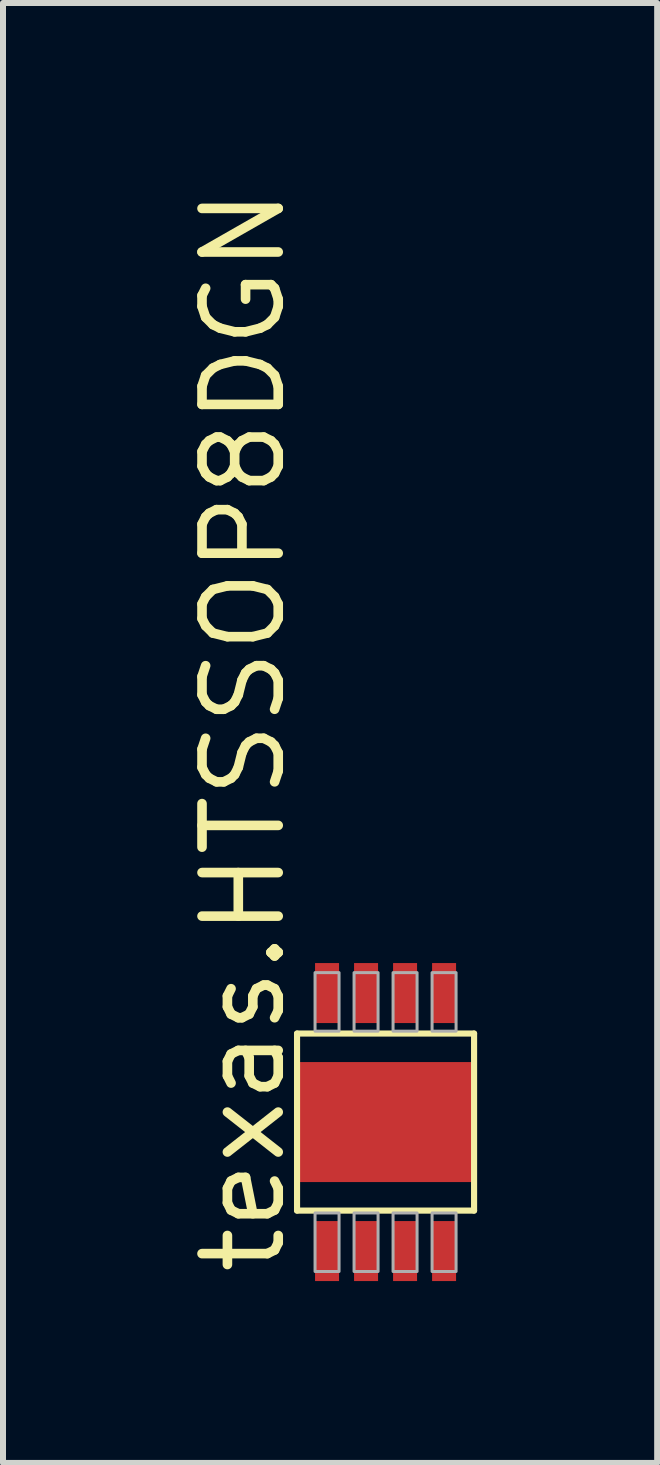
<source format=kicad_pcb>
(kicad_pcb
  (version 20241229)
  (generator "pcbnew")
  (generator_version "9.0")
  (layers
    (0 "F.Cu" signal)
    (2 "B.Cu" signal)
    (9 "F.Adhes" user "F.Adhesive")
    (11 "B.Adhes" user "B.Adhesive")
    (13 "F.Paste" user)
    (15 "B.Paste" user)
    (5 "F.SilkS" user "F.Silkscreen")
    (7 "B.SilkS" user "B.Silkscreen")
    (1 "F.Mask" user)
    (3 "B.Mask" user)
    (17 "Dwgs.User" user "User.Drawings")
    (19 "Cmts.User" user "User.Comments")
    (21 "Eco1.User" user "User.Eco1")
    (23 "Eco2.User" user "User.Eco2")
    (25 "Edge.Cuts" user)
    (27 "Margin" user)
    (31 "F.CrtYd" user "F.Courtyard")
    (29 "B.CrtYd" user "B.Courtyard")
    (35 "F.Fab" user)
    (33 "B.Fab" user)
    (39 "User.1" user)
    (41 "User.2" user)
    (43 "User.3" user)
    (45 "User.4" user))
  (footprint "texas.HTSSOP8DGN"
    (layer "F.Cu")
    (at 3.375 15.648)
    (property "Reference" "texas.HTSSOP8DGN" (at -1.625 2.6 90) (layer "F.SilkS") (effects (font (size 1.27 1.27) (thickness 0.16)) (justify left bottom)))
    (attr smd)
    (fp_rect (start -1.5 1) (end 1.5 -1) (stroke (width 0.05) (type default)) (fill yes) (layer "F.Mask"))
    (fp_rect (start -1.18 -1.645) (end -0.77 -2.655) (stroke (width 0.05) (type default)) (fill yes) (layer "F.Mask"))
    (fp_rect (start -1.18 2.655) (end -0.77 1.645) (stroke (width 0.05) (type default)) (fill yes) (layer "F.Mask"))
    (fp_rect (start -0.53 -1.645) (end -0.12 -2.655) (stroke (width 0.05) (type default)) (fill yes) (layer "F.Mask"))
    (fp_rect (start -0.53 2.655) (end -0.12 1.645) (stroke (width 0.05) (type default)) (fill yes) (layer "F.Mask"))
    (fp_rect (start 0.12 -1.645) (end 0.53 -2.655) (stroke (width 0.05) (type default)) (fill yes) (layer "F.Mask"))
    (fp_rect (start 0.12 2.655) (end 0.53 1.645) (stroke (width 0.05) (type default)) (fill yes) (layer "F.Mask"))
    (fp_rect (start 0.77 -1.645) (end 1.18 -2.655) (stroke (width 0.05) (type default)) (fill yes) (layer "F.Mask"))
    (fp_rect (start 0.77 2.655) (end 1.18 1.645) (stroke (width 0.05) (type default)) (fill yes) (layer "F.Mask"))
    (fp_line (start -1.475 -1.475) (end 1.475 -1.475) (stroke (width 0.102) (type default)) (layer "F.SilkS"))
    (fp_line (start -1.475 1.475) (end -1.475 -1.475) (stroke (width 0.102) (type default)) (layer "F.SilkS"))
    (fp_line (start 1.475 -1.475) (end 1.475 1.475) (stroke (width 0.102) (type default)) (layer "F.SilkS"))
    (fp_line (start 1.475 1.475) (end -1.475 1.475) (stroke (width 0.102) (type default)) (layer "F.SilkS"))
    (fp_rect (start -1.165 -1.66) (end -0.785 -2.64) (stroke (width 0.05) (type default)) (fill yes) (layer "F.Paste"))
    (fp_rect (start -1.165 2.64) (end -0.785 1.66) (stroke (width 0.05) (type default)) (fill yes) (layer "F.Paste"))
    (fp_rect (start -0.515 -1.66) (end -0.135 -2.64) (stroke (width 0.05) (type default)) (fill yes) (layer "F.Paste"))
    (fp_rect (start -0.515 2.64) (end -0.135 1.66) (stroke (width 0.05) (type default)) (fill yes) (layer "F.Paste"))
    (fp_rect (start 0.135 -1.66) (end 0.515 -2.64) (stroke (width 0.05) (type default)) (fill yes) (layer "F.Paste"))
    (fp_rect (start 0.135 2.64) (end 0.515 1.66) (stroke (width 0.05) (type default)) (fill yes) (layer "F.Paste"))
    (fp_rect (start 0.785 -1.66) (end 1.165 -2.64) (stroke (width 0.05) (type default)) (fill yes) (layer "F.Paste"))
    (fp_rect (start 0.785 2.64) (end 1.165 1.66) (stroke (width 0.05) (type default)) (fill yes) (layer "F.Paste"))
    (fp_rect (start -1.175 -1.515) (end -0.775 -2.49) (stroke (width 0.05) (type default)) (fill no) (layer "F.Fab"))
    (fp_rect (start -1.175 2.49) (end -0.775 1.515) (stroke (width 0.05) (type default)) (fill no) (layer "F.Fab"))
    (fp_rect (start -0.525 -1.515) (end -0.125 -2.49) (stroke (width 0.05) (type default)) (fill no) (layer "F.Fab"))
    (fp_rect (start -0.525 2.49) (end -0.125 1.515) (stroke (width 0.05) (type default)) (fill no) (layer "F.Fab"))
    (fp_rect (start 0.125 -1.515) (end 0.525 -2.49) (stroke (width 0.05) (type default)) (fill no) (layer "F.Fab"))
    (fp_rect (start 0.125 2.49) (end 0.525 1.515) (stroke (width 0.05) (type default)) (fill no) (layer "F.Fab"))
    (fp_rect (start 0.775 -1.515) (end 1.175 -2.49) (stroke (width 0.05) (type default)) (fill no) (layer "F.Fab"))
    (fp_rect (start 0.775 2.49) (end 1.175 1.515) (stroke (width 0.05) (type default)) (fill no) (layer "F.Fab"))
    (pad "1" smd roundrect (at -0.975 2.15) (size 0.4 1) (layers "F.Cu" "F.Mask" "F.Paste") (roundrect_rratio 0.01))
    (pad "2" smd roundrect (at -0.325 2.15) (size 0.4 1) (layers "F.Cu" "F.Mask" "F.Paste") (roundrect_rratio 0.01))
    (pad "3" smd roundrect (at 0.325 2.15) (size 0.4 1) (layers "F.Cu" "F.Mask" "F.Paste") (roundrect_rratio 0.01))
    (pad "4" smd roundrect (at 0.975 2.15) (size 0.4 1) (layers "F.Cu" "F.Mask" "F.Paste") (roundrect_rratio 0.01))
    (pad "5" smd roundrect (at 0.975 -2.15 180) (size 0.4 1) (layers "F.Cu" "F.Mask" "F.Paste") (roundrect_rratio 0.01))
    (pad "6" smd roundrect (at 0.325 -2.15 180) (size 0.4 1) (layers "F.Cu" "F.Mask" "F.Paste") (roundrect_rratio 0.01))
    (pad "7" smd roundrect (at -0.325 -2.15 180) (size 0.4 1) (layers "F.Cu" "F.Mask" "F.Paste") (roundrect_rratio 0.01))
    (pad "8" smd roundrect (at -0.975 -2.15 180) (size 0.4 1) (layers "F.Cu" "F.Mask" "F.Paste") (roundrect_rratio 0.01))
    (pad "EXP" smd roundrect (at 0 0) (size 3 2) (layers "F.Cu" "F.Mask" "F.Paste") (roundrect_rratio 0.01)))
  (gr_rect
    (start -3 -3)
    (end 7.901 21.328)
    (stroke (width 0.1) (type default))
    (fill no)
    (layer "Edge.Cuts")))
</source>
